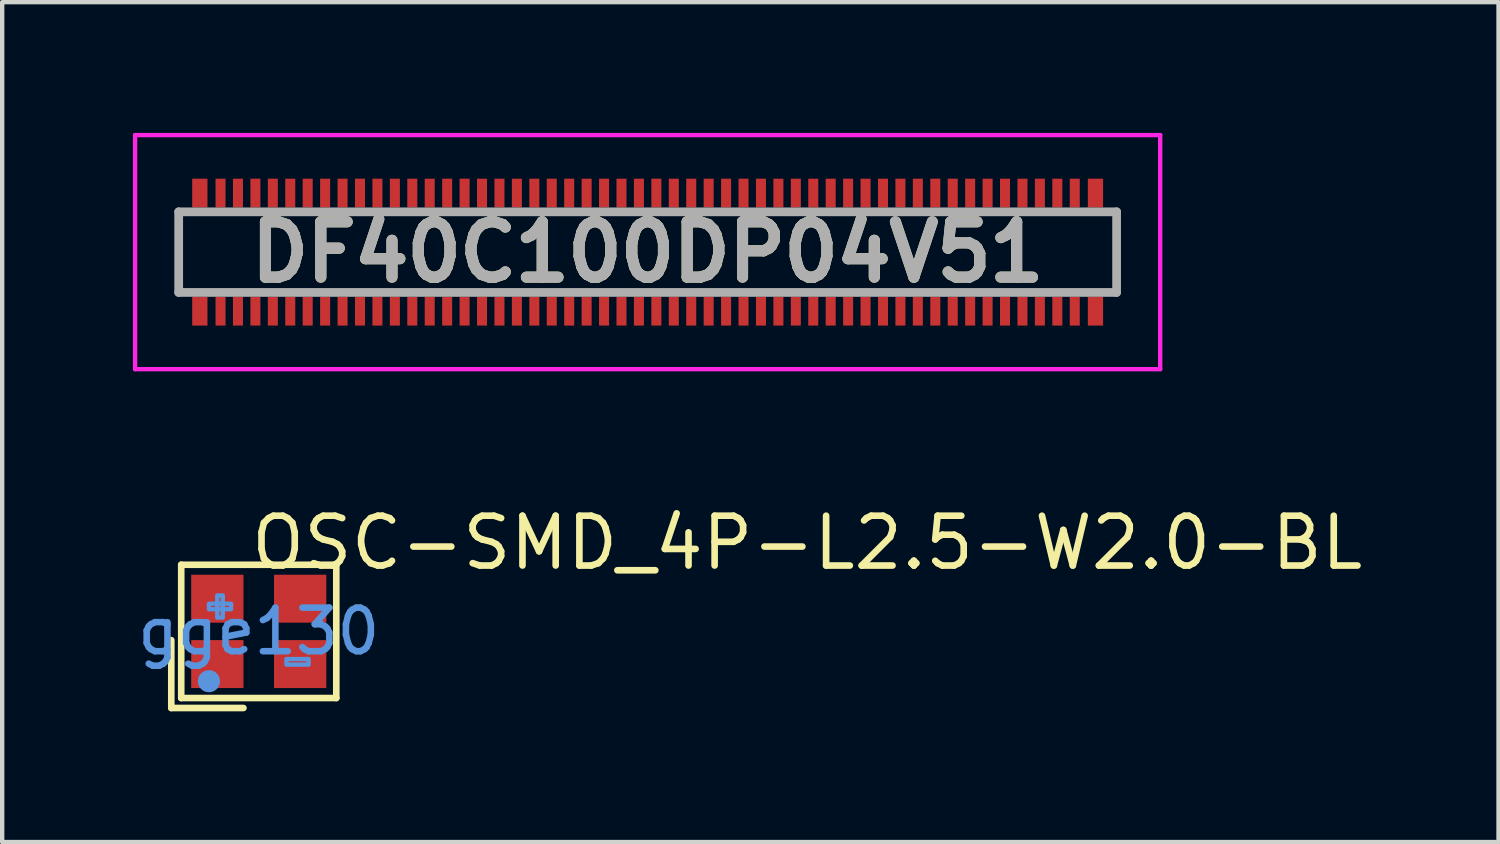
<source format=kicad_pcb>
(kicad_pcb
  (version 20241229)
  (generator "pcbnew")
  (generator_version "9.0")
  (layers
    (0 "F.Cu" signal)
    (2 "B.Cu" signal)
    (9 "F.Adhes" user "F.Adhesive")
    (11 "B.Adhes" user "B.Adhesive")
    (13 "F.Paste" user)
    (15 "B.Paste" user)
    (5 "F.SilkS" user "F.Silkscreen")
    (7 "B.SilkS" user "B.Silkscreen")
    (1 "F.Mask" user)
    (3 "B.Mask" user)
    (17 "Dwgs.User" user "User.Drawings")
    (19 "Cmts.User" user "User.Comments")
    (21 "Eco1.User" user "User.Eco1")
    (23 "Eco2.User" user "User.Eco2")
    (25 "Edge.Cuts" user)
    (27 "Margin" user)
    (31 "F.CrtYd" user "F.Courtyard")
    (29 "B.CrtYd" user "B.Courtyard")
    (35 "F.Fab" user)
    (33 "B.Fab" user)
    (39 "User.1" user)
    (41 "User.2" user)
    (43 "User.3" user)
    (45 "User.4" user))
  (footprint "DF40C100DP04V51"
    (layer "F.Cu")
    (at 11.81 2.735)
    (property "Reference" "DF40C100DP04V51" (at 0 0 0) (layer "F.SilkS") (effects (font (size 1.27 1.27) (thickness 0.254))))
    (attr smd)
    (fp_line (start -10.76 -0.925) (end -10.76 0.925) (stroke (width 0.1) (type solid)) (layer "F.SilkS"))
    (fp_line (start 10.76 -0.925) (end 10.76 0.925) (stroke (width 0.1) (type solid)) (layer "F.SilkS"))
    (fp_line (start -11.76 -2.685) (end 11.76 -2.685) (stroke (width 0.1) (type solid)) (layer "F.CrtYd"))
    (fp_line (start -11.76 2.685) (end -11.76 -2.685) (stroke (width 0.1) (type solid)) (layer "F.CrtYd"))
    (fp_line (start 11.76 -2.685) (end 11.76 2.685) (stroke (width 0.1) (type solid)) (layer "F.CrtYd"))
    (fp_line (start 11.76 2.685) (end -11.76 2.685) (stroke (width 0.1) (type solid)) (layer "F.CrtYd"))
    (fp_line (start -10.76 -0.925) (end 10.76 -0.925) (stroke (width 0.2) (type solid)) (layer "F.Fab"))
    (fp_line (start -10.76 0.925) (end -10.76 -0.925) (stroke (width 0.2) (type solid)) (layer "F.Fab"))
    (fp_line (start 10.76 -0.925) (end 10.76 0.925) (stroke (width 0.2) (type solid)) (layer "F.Fab"))
    (fp_line (start 10.76 0.925) (end -10.76 0.925) (stroke (width 0.2) (type solid)) (layer "F.Fab"))
    (fp_text user "${REFERENCE}" (at 0 0 0) (layer "F.Fab") (effects (font (size 1.27 1.27) (thickness 0.254))))
    (pad "1" smd rect (at -9.8 1.355) (size 0.23 0.66) (layers "F.Cu" "F.Mask" "F.Paste"))
    (pad "2" smd rect (at -9.8 -1.355) (size 0.23 0.66) (layers "F.Cu" "F.Mask" "F.Paste"))
    (pad "3" smd rect (at -9.4 1.355) (size 0.23 0.66) (layers "F.Cu" "F.Mask" "F.Paste"))
    (pad "4" smd rect (at -9.4 -1.355) (size 0.23 0.66) (layers "F.Cu" "F.Mask" "F.Paste"))
    (pad "5" smd rect (at -9 1.355) (size 0.23 0.66) (layers "F.Cu" "F.Mask" "F.Paste"))
    (pad "6" smd rect (at -9 -1.355) (size 0.23 0.66) (layers "F.Cu" "F.Mask" "F.Paste"))
    (pad "7" smd rect (at -8.6 1.355) (size 0.23 0.66) (layers "F.Cu" "F.Mask" "F.Paste"))
    (pad "8" smd rect (at -8.6 -1.355) (size 0.23 0.66) (layers "F.Cu" "F.Mask" "F.Paste"))
    (pad "9" smd rect (at -8.2 1.355) (size 0.23 0.66) (layers "F.Cu" "F.Mask" "F.Paste"))
    (pad "10" smd rect (at -8.2 -1.355) (size 0.23 0.66) (layers "F.Cu" "F.Mask" "F.Paste"))
    (pad "11" smd rect (at -7.8 1.355) (size 0.23 0.66) (layers "F.Cu" "F.Mask" "F.Paste"))
    (pad "12" smd rect (at -7.8 -1.355) (size 0.23 0.66) (layers "F.Cu" "F.Mask" "F.Paste"))
    (pad "13" smd rect (at -7.4 1.355) (size 0.23 0.66) (layers "F.Cu" "F.Mask" "F.Paste"))
    (pad "14" smd rect (at -7.4 -1.355) (size 0.23 0.66) (layers "F.Cu" "F.Mask" "F.Paste"))
    (pad "15" smd rect (at -7 1.355) (size 0.23 0.66) (layers "F.Cu" "F.Mask" "F.Paste"))
    (pad "16" smd rect (at -7 -1.355) (size 0.23 0.66) (layers "F.Cu" "F.Mask" "F.Paste"))
    (pad "17" smd rect (at -6.6 1.355) (size 0.23 0.66) (layers "F.Cu" "F.Mask" "F.Paste"))
    (pad "18" smd rect (at -6.6 -1.355) (size 0.23 0.66) (layers "F.Cu" "F.Mask" "F.Paste"))
    (pad "19" smd rect (at -6.2 1.355) (size 0.23 0.66) (layers "F.Cu" "F.Mask" "F.Paste"))
    (pad "20" smd rect (at -6.2 -1.355) (size 0.23 0.66) (layers "F.Cu" "F.Mask" "F.Paste"))
    (pad "21" smd rect (at -5.8 1.355) (size 0.23 0.66) (layers "F.Cu" "F.Mask" "F.Paste"))
    (pad "22" smd rect (at -5.8 -1.355) (size 0.23 0.66) (layers "F.Cu" "F.Mask" "F.Paste"))
    (pad "23" smd rect (at -5.4 1.355) (size 0.23 0.66) (layers "F.Cu" "F.Mask" "F.Paste"))
    (pad "24" smd rect (at -5.4 -1.355) (size 0.23 0.66) (layers "F.Cu" "F.Mask" "F.Paste"))
    (pad "25" smd rect (at -5 1.355) (size 0.23 0.66) (layers "F.Cu" "F.Mask" "F.Paste"))
    (pad "26" smd rect (at -5 -1.355) (size 0.23 0.66) (layers "F.Cu" "F.Mask" "F.Paste"))
    (pad "27" smd rect (at -4.6 1.355) (size 0.23 0.66) (layers "F.Cu" "F.Mask" "F.Paste"))
    (pad "28" smd rect (at -4.6 -1.355) (size 0.23 0.66) (layers "F.Cu" "F.Mask" "F.Paste"))
    (pad "29" smd rect (at -4.2 1.355) (size 0.23 0.66) (layers "F.Cu" "F.Mask" "F.Paste"))
    (pad "30" smd rect (at -4.2 -1.355) (size 0.23 0.66) (layers "F.Cu" "F.Mask" "F.Paste"))
    (pad "31" smd rect (at -3.8 1.355) (size 0.23 0.66) (layers "F.Cu" "F.Mask" "F.Paste"))
    (pad "32" smd rect (at -3.8 -1.355) (size 0.23 0.66) (layers "F.Cu" "F.Mask" "F.Paste"))
    (pad "33" smd rect (at -3.4 1.355) (size 0.23 0.66) (layers "F.Cu" "F.Mask" "F.Paste"))
    (pad "34" smd rect (at -3.4 -1.355) (size 0.23 0.66) (layers "F.Cu" "F.Mask" "F.Paste"))
    (pad "35" smd rect (at -3 1.355) (size 0.23 0.66) (layers "F.Cu" "F.Mask" "F.Paste"))
    (pad "36" smd rect (at -3 -1.355) (size 0.23 0.66) (layers "F.Cu" "F.Mask" "F.Paste"))
    (pad "37" smd rect (at -2.6 1.355) (size 0.23 0.66) (layers "F.Cu" "F.Mask" "F.Paste"))
    (pad "38" smd rect (at -2.6 -1.355) (size 0.23 0.66) (layers "F.Cu" "F.Mask" "F.Paste"))
    (pad "39" smd rect (at -2.2 1.355) (size 0.23 0.66) (layers "F.Cu" "F.Mask" "F.Paste"))
    (pad "40" smd rect (at -2.2 -1.355) (size 0.23 0.66) (layers "F.Cu" "F.Mask" "F.Paste"))
    (pad "41" smd rect (at -1.8 1.355) (size 0.23 0.66) (layers "F.Cu" "F.Mask" "F.Paste"))
    (pad "42" smd rect (at -1.8 -1.355) (size 0.23 0.66) (layers "F.Cu" "F.Mask" "F.Paste"))
    (pad "43" smd rect (at -1.4 1.355) (size 0.23 0.66) (layers "F.Cu" "F.Mask" "F.Paste"))
    (pad "44" smd rect (at -1.4 -1.355) (size 0.23 0.66) (layers "F.Cu" "F.Mask" "F.Paste"))
    (pad "45" smd rect (at -1 1.355) (size 0.23 0.66) (layers "F.Cu" "F.Mask" "F.Paste"))
    (pad "46" smd rect (at -1 -1.355) (size 0.23 0.66) (layers "F.Cu" "F.Mask" "F.Paste"))
    (pad "47" smd rect (at -0.6 1.355) (size 0.23 0.66) (layers "F.Cu" "F.Mask" "F.Paste"))
    (pad "48" smd rect (at -0.6 -1.355) (size 0.23 0.66) (layers "F.Cu" "F.Mask" "F.Paste"))
    (pad "49" smd rect (at -0.2 1.355) (size 0.23 0.66) (layers "F.Cu" "F.Mask" "F.Paste"))
    (pad "50" smd rect (at -0.2 -1.355) (size 0.23 0.66) (layers "F.Cu" "F.Mask" "F.Paste"))
    (pad "51" smd rect (at 0.2 1.355) (size 0.23 0.66) (layers "F.Cu" "F.Mask" "F.Paste"))
    (pad "52" smd rect (at 0.2 -1.355) (size 0.23 0.66) (layers "F.Cu" "F.Mask" "F.Paste"))
    (pad "53" smd rect (at 0.6 1.355) (size 0.23 0.66) (layers "F.Cu" "F.Mask" "F.Paste"))
    (pad "54" smd rect (at 0.6 -1.355) (size 0.23 0.66) (layers "F.Cu" "F.Mask" "F.Paste"))
    (pad "55" smd rect (at 1 1.355) (size 0.23 0.66) (layers "F.Cu" "F.Mask" "F.Paste"))
    (pad "56" smd rect (at 1 -1.355) (size 0.23 0.66) (layers "F.Cu" "F.Mask" "F.Paste"))
    (pad "57" smd rect (at 1.4 1.355) (size 0.23 0.66) (layers "F.Cu" "F.Mask" "F.Paste"))
    (pad "58" smd rect (at 1.4 -1.355) (size 0.23 0.66) (layers "F.Cu" "F.Mask" "F.Paste"))
    (pad "59" smd rect (at 1.8 1.355) (size 0.23 0.66) (layers "F.Cu" "F.Mask" "F.Paste"))
    (pad "60" smd rect (at 1.8 -1.355) (size 0.23 0.66) (layers "F.Cu" "F.Mask" "F.Paste"))
    (pad "61" smd rect (at 2.2 1.355) (size 0.23 0.66) (layers "F.Cu" "F.Mask" "F.Paste"))
    (pad "62" smd rect (at 2.2 -1.355) (size 0.23 0.66) (layers "F.Cu" "F.Mask" "F.Paste"))
    (pad "63" smd rect (at 2.6 1.355) (size 0.23 0.66) (layers "F.Cu" "F.Mask" "F.Paste"))
    (pad "64" smd rect (at 2.6 -1.355) (size 0.23 0.66) (layers "F.Cu" "F.Mask" "F.Paste"))
    (pad "65" smd rect (at 3 1.355) (size 0.23 0.66) (layers "F.Cu" "F.Mask" "F.Paste"))
    (pad "66" smd rect (at 3 -1.355) (size 0.23 0.66) (layers "F.Cu" "F.Mask" "F.Paste"))
    (pad "67" smd rect (at 3.4 1.355) (size 0.23 0.66) (layers "F.Cu" "F.Mask" "F.Paste"))
    (pad "68" smd rect (at 3.4 -1.355) (size 0.23 0.66) (layers "F.Cu" "F.Mask" "F.Paste"))
    (pad "69" smd rect (at 3.8 1.355) (size 0.23 0.66) (layers "F.Cu" "F.Mask" "F.Paste"))
    (pad "70" smd rect (at 3.8 -1.355) (size 0.23 0.66) (layers "F.Cu" "F.Mask" "F.Paste"))
    (pad "71" smd rect (at 4.2 1.355) (size 0.23 0.66) (layers "F.Cu" "F.Mask" "F.Paste"))
    (pad "72" smd rect (at 4.2 -1.355) (size 0.23 0.66) (layers "F.Cu" "F.Mask" "F.Paste"))
    (pad "73" smd rect (at 4.6 1.355) (size 0.23 0.66) (layers "F.Cu" "F.Mask" "F.Paste"))
    (pad "74" smd rect (at 4.6 -1.355) (size 0.23 0.66) (layers "F.Cu" "F.Mask" "F.Paste"))
    (pad "75" smd rect (at 5 1.355) (size 0.23 0.66) (layers "F.Cu" "F.Mask" "F.Paste"))
    (pad "76" smd rect (at 5 -1.355) (size 0.23 0.66) (layers "F.Cu" "F.Mask" "F.Paste"))
    (pad "77" smd rect (at 5.4 1.355) (size 0.23 0.66) (layers "F.Cu" "F.Mask" "F.Paste"))
    (pad "78" smd rect (at 5.4 -1.355) (size 0.23 0.66) (layers "F.Cu" "F.Mask" "F.Paste"))
    (pad "79" smd rect (at 5.8 1.355) (size 0.23 0.66) (layers "F.Cu" "F.Mask" "F.Paste"))
    (pad "80" smd rect (at 5.8 -1.355) (size 0.23 0.66) (layers "F.Cu" "F.Mask" "F.Paste"))
    (pad "81" smd rect (at 6.2 1.355) (size 0.23 0.66) (layers "F.Cu" "F.Mask" "F.Paste"))
    (pad "82" smd rect (at 6.2 -1.355) (size 0.23 0.66) (layers "F.Cu" "F.Mask" "F.Paste"))
    (pad "83" smd rect (at 6.6 1.355) (size 0.23 0.66) (layers "F.Cu" "F.Mask" "F.Paste"))
    (pad "84" smd rect (at 6.6 -1.355) (size 0.23 0.66) (layers "F.Cu" "F.Mask" "F.Paste"))
    (pad "85" smd rect (at 7 1.355) (size 0.23 0.66) (layers "F.Cu" "F.Mask" "F.Paste"))
    (pad "86" smd rect (at 7 -1.355) (size 0.23 0.66) (layers "F.Cu" "F.Mask" "F.Paste"))
    (pad "87" smd rect (at 7.4 1.355) (size 0.23 0.66) (layers "F.Cu" "F.Mask" "F.Paste"))
    (pad "88" smd rect (at 7.4 -1.355) (size 0.23 0.66) (layers "F.Cu" "F.Mask" "F.Paste"))
    (pad "89" smd rect (at 7.8 1.355) (size 0.23 0.66) (layers "F.Cu" "F.Mask" "F.Paste"))
    (pad "90" smd rect (at 7.8 -1.355) (size 0.23 0.66) (layers "F.Cu" "F.Mask" "F.Paste"))
    (pad "91" smd rect (at 8.2 1.355) (size 0.23 0.66) (layers "F.Cu" "F.Mask" "F.Paste"))
    (pad "92" smd rect (at 8.2 -1.355) (size 0.23 0.66) (layers "F.Cu" "F.Mask" "F.Paste"))
    (pad "93" smd rect (at 8.6 1.355) (size 0.23 0.66) (layers "F.Cu" "F.Mask" "F.Paste"))
    (pad "94" smd rect (at 8.6 -1.355) (size 0.23 0.66) (layers "F.Cu" "F.Mask" "F.Paste"))
    (pad "95" smd rect (at 9 1.355) (size 0.23 0.66) (layers "F.Cu" "F.Mask" "F.Paste"))
    (pad "96" smd rect (at 9 -1.355) (size 0.23 0.66) (layers "F.Cu" "F.Mask" "F.Paste"))
    (pad "97" smd rect (at 9.4 1.355) (size 0.23 0.66) (layers "F.Cu" "F.Mask" "F.Paste"))
    (pad "98" smd rect (at 9.4 -1.355) (size 0.23 0.66) (layers "F.Cu" "F.Mask" "F.Paste"))
    (pad "99" smd rect (at 9.8 1.355) (size 0.23 0.66) (layers "F.Cu" "F.Mask" "F.Paste"))
    (pad "100" smd rect (at 9.8 -1.355) (size 0.23 0.66) (layers "F.Cu" "F.Mask" "F.Paste"))
    (pad "MH1" smd rect (at -10.275 1.355) (size 0.35 0.66) (layers "F.Cu" "F.Mask" "F.Paste"))
    (pad "MH2" smd rect (at -10.275 -1.355) (size 0.35 0.66) (layers "F.Cu" "F.Mask" "F.Paste"))
    (pad "MH3" smd rect (at 10.275 1.355) (size 0.35 0.66) (layers "F.Cu" "F.Mask" "F.Paste"))
    (pad "MH4" smd rect (at 10.275 -1.355) (size 0.35 0.66) (layers "F.Cu" "F.Mask" "F.Paste")))
  (footprint "OSC-SMD_4P-L2.5-W2.0-BL"
    (layer "F.Cu")
    (at 2.887 11.437)
    (property "Reference" "OSC-SMD_4P-L2.5-W2.0-BL" (at -0.254 -2.032 0) (layer "F.SilkS") (effects (font (size 1.143 1.143) (thickness 0.152)) (justify left)))
    (attr smd)
    (fp_line (start -2.007 0.201) (end -2.007 1.758) (stroke (width 0.152) (type solid)) (layer "F.SilkS"))
    (fp_line (start -2.007 1.758) (end -0.351 1.758) (stroke (width 0.152) (type solid)) (layer "F.SilkS"))
    (fp_line (start -1.779 -1.529) (end 1.779 -1.529) (stroke (width 0.152) (type solid)) (layer "F.SilkS"))
    (fp_line (start -1.779 1.529) (end -1.779 -1.529) (stroke (width 0.152) (type solid)) (layer "F.SilkS"))
    (fp_line (start 1.779 -1.529) (end 1.779 1.529) (stroke (width 0.152) (type solid)) (layer "F.SilkS"))
    (fp_line (start 1.779 1.529) (end -1.779 1.529) (stroke (width 0.152) (type solid)) (layer "F.SilkS"))
    (fp_circle (center -1.143 1.143) (end -1.016 1.143) (stroke (width 0.254) (type solid)) (fill no) (layer "Cmts.User"))
    (fp_poly (pts (xy -1.143 -0.635) (xy -0.635 -0.635) (xy -0.635 -0.508) (xy -1.143 -0.508)) (stroke (width 0.1) (type solid)) (fill no) (layer "Cmts.User"))
    (fp_poly (pts (xy -0.952 -0.317) (xy -0.952 -0.825) (xy -0.825 -0.825) (xy -0.825 -0.317)) (stroke (width 0.1) (type solid)) (fill no) (layer "Cmts.User"))
    (fp_poly (pts (xy 0.635 0.635) (xy 1.143 0.635) (xy 1.143 0.762) (xy 0.635 0.762)) (stroke (width 0.1) (type solid)) (fill no) (layer "Cmts.User"))
    (fp_text user "gge130" (at 0 0 0) (layer "Cmts.User") (effects (font (size 1 1) (thickness 0.15))))
    (pad "1" smd rect (at -0.95 0.75) (size 1.2 1.1) (layers "F.Cu" "F.Mask" "F.Paste"))
    (pad "2" smd rect (at 0.95 0.75) (size 1.2 1.1) (layers "F.Cu" "F.Mask" "F.Paste"))
    (pad "3" smd rect (at 0.95 -0.75) (size 1.2 1.1) (layers "F.Cu" "F.Mask" "F.Paste"))
    (pad "4" smd rect (at -0.95 -0.75) (size 1.2 1.1) (layers "F.Cu" "F.Mask" "F.Paste")))
  (gr_rect
    (start -3 -3)
    (end 31.333 16.271)
    (stroke (width 0.1) (type default))
    (fill no)
    (layer "Edge.Cuts")))
</source>
